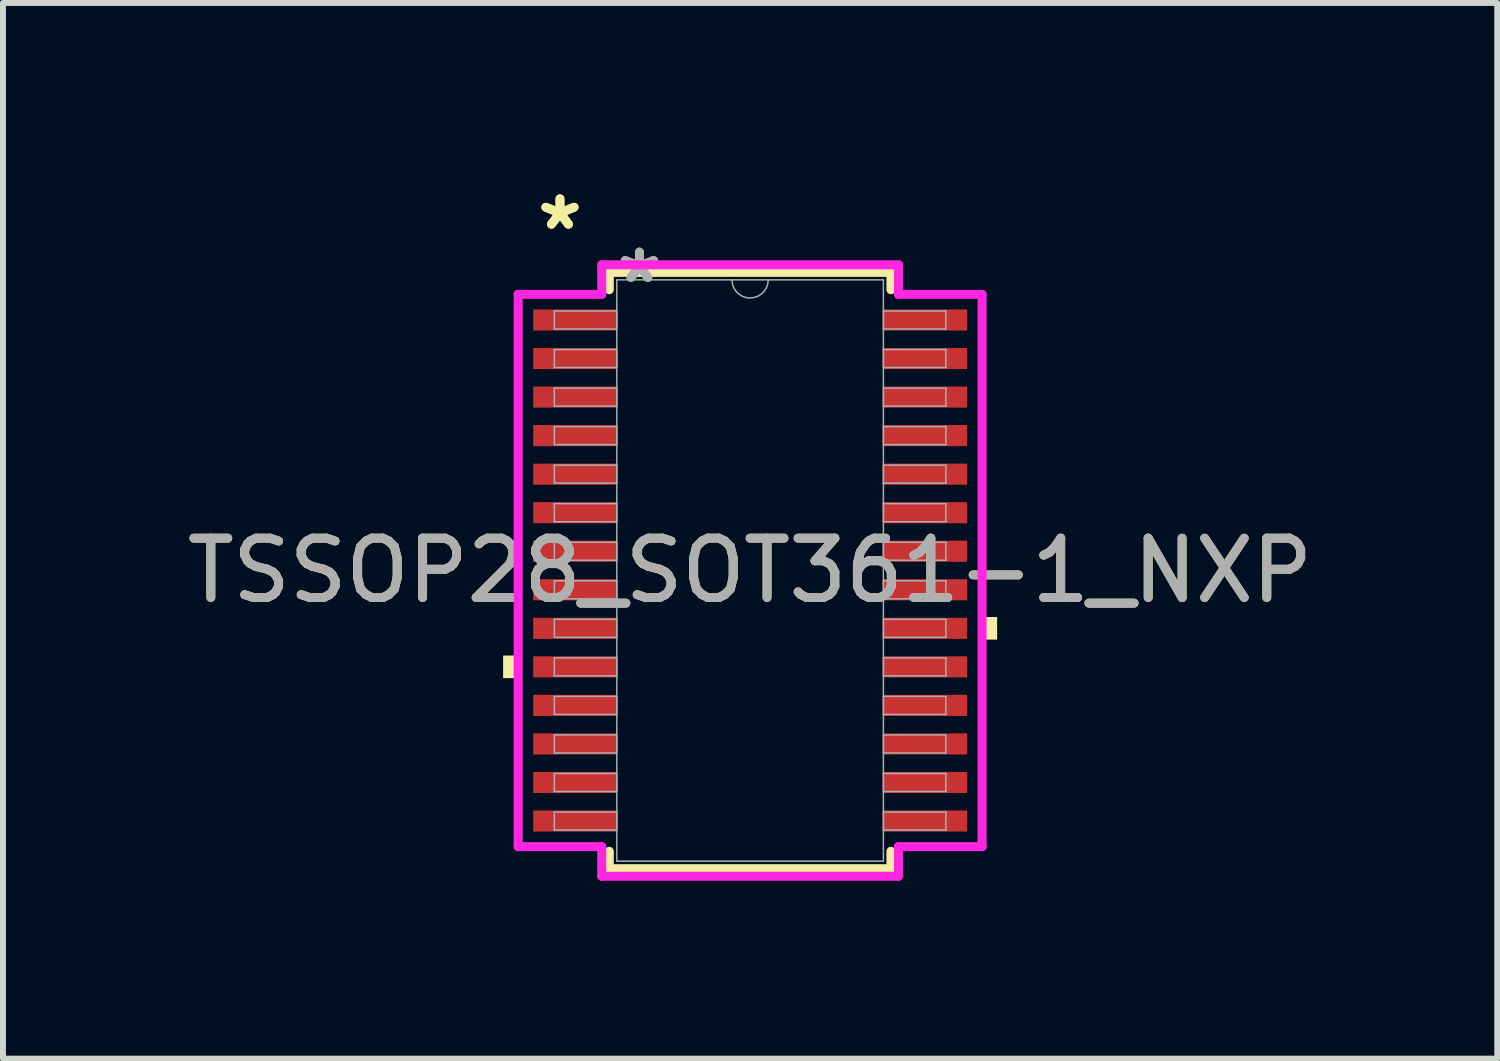
<source format=kicad_pcb>
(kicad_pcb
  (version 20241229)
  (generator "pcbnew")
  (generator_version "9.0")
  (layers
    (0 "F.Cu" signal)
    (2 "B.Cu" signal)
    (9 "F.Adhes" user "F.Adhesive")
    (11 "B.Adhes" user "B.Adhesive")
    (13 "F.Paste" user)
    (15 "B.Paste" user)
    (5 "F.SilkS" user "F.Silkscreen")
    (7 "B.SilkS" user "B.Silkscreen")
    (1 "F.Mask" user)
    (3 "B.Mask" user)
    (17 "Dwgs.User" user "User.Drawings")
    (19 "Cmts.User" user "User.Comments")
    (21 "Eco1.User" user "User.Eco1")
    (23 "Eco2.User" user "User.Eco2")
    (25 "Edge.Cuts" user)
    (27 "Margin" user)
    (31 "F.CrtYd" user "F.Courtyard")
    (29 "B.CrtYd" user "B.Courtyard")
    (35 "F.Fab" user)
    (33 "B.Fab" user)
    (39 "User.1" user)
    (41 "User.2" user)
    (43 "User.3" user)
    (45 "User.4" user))
  (footprint "TSSOP28_SOT361-1_NXP"
    (layer "F.Cu")
    (at 9.601 6.572)
    (property "Reference" "TSSOP28_SOT361-1_NXP" (at 0 0 0) (unlocked yes) (layer "F.SilkS") (effects (font (size 1 1) (thickness 0.15))))
    (attr smd)
    (fp_line (start -2.375 -5.029) (end -2.375 -4.736) (stroke (width 0.152) (type solid)) (layer "F.SilkS"))
    (fp_line (start -2.375 4.736) (end -2.375 5.029) (stroke (width 0.152) (type solid)) (layer "F.SilkS"))
    (fp_line (start -2.375 5.029) (end 2.375 5.029) (stroke (width 0.152) (type solid)) (layer "F.SilkS"))
    (fp_line (start 2.375 -5.029) (end -2.375 -5.029) (stroke (width 0.152) (type solid)) (layer "F.SilkS"))
    (fp_line (start 2.375 -4.736) (end 2.375 -5.029) (stroke (width 0.152) (type solid)) (layer "F.SilkS"))
    (fp_line (start 2.375 5.029) (end 2.375 4.736) (stroke (width 0.152) (type solid)) (layer "F.SilkS"))
    (fp_poly (pts (xy -4.166 1.434) (xy -4.166 1.815) (xy -3.912 1.815) (xy -3.912 1.434)) (stroke (width 0) (type solid)) (fill yes) (layer "F.SilkS"))
    (fp_poly (pts (xy 4.166 0.784) (xy 4.166 1.165) (xy 3.912 1.165) (xy 3.912 0.784)) (stroke (width 0) (type solid)) (fill yes) (layer "F.SilkS"))
    (fp_line (start -3.912 -4.657) (end -2.502 -4.657) (stroke (width 0.152) (type solid)) (layer "F.CrtYd"))
    (fp_line (start -3.912 4.657) (end -3.912 -4.657) (stroke (width 0.152) (type solid)) (layer "F.CrtYd"))
    (fp_line (start -3.912 4.657) (end -2.502 4.657) (stroke (width 0.152) (type solid)) (layer "F.CrtYd"))
    (fp_line (start -2.502 -5.156) (end 2.502 -5.156) (stroke (width 0.152) (type solid)) (layer "F.CrtYd"))
    (fp_line (start -2.502 -4.657) (end -2.502 -5.156) (stroke (width 0.152) (type solid)) (layer "F.CrtYd"))
    (fp_line (start -2.502 5.156) (end -2.502 4.657) (stroke (width 0.152) (type solid)) (layer "F.CrtYd"))
    (fp_line (start 2.502 -5.156) (end 2.502 -4.657) (stroke (width 0.152) (type solid)) (layer "F.CrtYd"))
    (fp_line (start 2.502 4.657) (end 2.502 5.156) (stroke (width 0.152) (type solid)) (layer "F.CrtYd"))
    (fp_line (start 2.502 5.156) (end -2.502 5.156) (stroke (width 0.152) (type solid)) (layer "F.CrtYd"))
    (fp_line (start 3.912 -4.657) (end 2.502 -4.657) (stroke (width 0.152) (type solid)) (layer "F.CrtYd"))
    (fp_line (start 3.912 -4.657) (end 3.912 4.657) (stroke (width 0.152) (type solid)) (layer "F.CrtYd"))
    (fp_line (start 3.912 4.657) (end 2.502 4.657) (stroke (width 0.152) (type solid)) (layer "F.CrtYd"))
    (fp_line (start -3.302 -4.377) (end -3.302 -4.073) (stroke (width 0.025) (type solid)) (layer "F.Fab"))
    (fp_line (start -3.302 -4.073) (end -2.248 -4.073) (stroke (width 0.025) (type solid)) (layer "F.Fab"))
    (fp_line (start -3.302 -3.727) (end -3.302 -3.423) (stroke (width 0.025) (type solid)) (layer "F.Fab"))
    (fp_line (start -3.302 -3.423) (end -2.248 -3.423) (stroke (width 0.025) (type solid)) (layer "F.Fab"))
    (fp_line (start -3.302 -3.077) (end -3.302 -2.773) (stroke (width 0.025) (type solid)) (layer "F.Fab"))
    (fp_line (start -3.302 -2.773) (end -2.248 -2.773) (stroke (width 0.025) (type solid)) (layer "F.Fab"))
    (fp_line (start -3.302 -2.427) (end -3.302 -2.123) (stroke (width 0.025) (type solid)) (layer "F.Fab"))
    (fp_line (start -3.302 -2.123) (end -2.248 -2.123) (stroke (width 0.025) (type solid)) (layer "F.Fab"))
    (fp_line (start -3.302 -1.777) (end -3.302 -1.473) (stroke (width 0.025) (type solid)) (layer "F.Fab"))
    (fp_line (start -3.302 -1.473) (end -2.248 -1.473) (stroke (width 0.025) (type solid)) (layer "F.Fab"))
    (fp_line (start -3.302 -1.127) (end -3.302 -0.823) (stroke (width 0.025) (type solid)) (layer "F.Fab"))
    (fp_line (start -3.302 -0.823) (end -2.248 -0.823) (stroke (width 0.025) (type solid)) (layer "F.Fab"))
    (fp_line (start -3.302 -0.477) (end -3.302 -0.173) (stroke (width 0.025) (type solid)) (layer "F.Fab"))
    (fp_line (start -3.302 -0.173) (end -2.248 -0.173) (stroke (width 0.025) (type solid)) (layer "F.Fab"))
    (fp_line (start -3.302 0.173) (end -3.302 0.477) (stroke (width 0.025) (type solid)) (layer "F.Fab"))
    (fp_line (start -3.302 0.477) (end -2.248 0.477) (stroke (width 0.025) (type solid)) (layer "F.Fab"))
    (fp_line (start -3.302 0.823) (end -3.302 1.127) (stroke (width 0.025) (type solid)) (layer "F.Fab"))
    (fp_line (start -3.302 1.127) (end -2.248 1.127) (stroke (width 0.025) (type solid)) (layer "F.Fab"))
    (fp_line (start -3.302 1.473) (end -3.302 1.777) (stroke (width 0.025) (type solid)) (layer "F.Fab"))
    (fp_line (start -3.302 1.777) (end -2.248 1.777) (stroke (width 0.025) (type solid)) (layer "F.Fab"))
    (fp_line (start -3.302 2.123) (end -3.302 2.427) (stroke (width 0.025) (type solid)) (layer "F.Fab"))
    (fp_line (start -3.302 2.427) (end -2.248 2.427) (stroke (width 0.025) (type solid)) (layer "F.Fab"))
    (fp_line (start -3.302 2.773) (end -3.302 3.077) (stroke (width 0.025) (type solid)) (layer "F.Fab"))
    (fp_line (start -3.302 3.077) (end -2.248 3.077) (stroke (width 0.025) (type solid)) (layer "F.Fab"))
    (fp_line (start -3.302 3.423) (end -3.302 3.727) (stroke (width 0.025) (type solid)) (layer "F.Fab"))
    (fp_line (start -3.302 3.727) (end -2.248 3.727) (stroke (width 0.025) (type solid)) (layer "F.Fab"))
    (fp_line (start -3.302 4.073) (end -3.302 4.377) (stroke (width 0.025) (type solid)) (layer "F.Fab"))
    (fp_line (start -3.302 4.377) (end -2.248 4.377) (stroke (width 0.025) (type solid)) (layer "F.Fab"))
    (fp_line (start -2.248 -4.902) (end -2.248 4.902) (stroke (width 0.025) (type solid)) (layer "F.Fab"))
    (fp_line (start -2.248 -4.377) (end -3.302 -4.377) (stroke (width 0.025) (type solid)) (layer "F.Fab"))
    (fp_line (start -2.248 -4.073) (end -2.248 -4.377) (stroke (width 0.025) (type solid)) (layer "F.Fab"))
    (fp_line (start -2.248 -3.727) (end -3.302 -3.727) (stroke (width 0.025) (type solid)) (layer "F.Fab"))
    (fp_line (start -2.248 -3.423) (end -2.248 -3.727) (stroke (width 0.025) (type solid)) (layer "F.Fab"))
    (fp_line (start -2.248 -3.077) (end -3.302 -3.077) (stroke (width 0.025) (type solid)) (layer "F.Fab"))
    (fp_line (start -2.248 -2.773) (end -2.248 -3.077) (stroke (width 0.025) (type solid)) (layer "F.Fab"))
    (fp_line (start -2.248 -2.427) (end -3.302 -2.427) (stroke (width 0.025) (type solid)) (layer "F.Fab"))
    (fp_line (start -2.248 -2.123) (end -2.248 -2.427) (stroke (width 0.025) (type solid)) (layer "F.Fab"))
    (fp_line (start -2.248 -1.777) (end -3.302 -1.777) (stroke (width 0.025) (type solid)) (layer "F.Fab"))
    (fp_line (start -2.248 -1.473) (end -2.248 -1.777) (stroke (width 0.025) (type solid)) (layer "F.Fab"))
    (fp_line (start -2.248 -1.127) (end -3.302 -1.127) (stroke (width 0.025) (type solid)) (layer "F.Fab"))
    (fp_line (start -2.248 -0.823) (end -2.248 -1.127) (stroke (width 0.025) (type solid)) (layer "F.Fab"))
    (fp_line (start -2.248 -0.477) (end -3.302 -0.477) (stroke (width 0.025) (type solid)) (layer "F.Fab"))
    (fp_line (start -2.248 -0.173) (end -2.248 -0.477) (stroke (width 0.025) (type solid)) (layer "F.Fab"))
    (fp_line (start -2.248 0.173) (end -3.302 0.173) (stroke (width 0.025) (type solid)) (layer "F.Fab"))
    (fp_line (start -2.248 0.477) (end -2.248 0.173) (stroke (width 0.025) (type solid)) (layer "F.Fab"))
    (fp_line (start -2.248 0.823) (end -3.302 0.823) (stroke (width 0.025) (type solid)) (layer "F.Fab"))
    (fp_line (start -2.248 1.127) (end -2.248 0.823) (stroke (width 0.025) (type solid)) (layer "F.Fab"))
    (fp_line (start -2.248 1.473) (end -3.302 1.473) (stroke (width 0.025) (type solid)) (layer "F.Fab"))
    (fp_line (start -2.248 1.777) (end -2.248 1.473) (stroke (width 0.025) (type solid)) (layer "F.Fab"))
    (fp_line (start -2.248 2.123) (end -3.302 2.123) (stroke (width 0.025) (type solid)) (layer "F.Fab"))
    (fp_line (start -2.248 2.427) (end -2.248 2.123) (stroke (width 0.025) (type solid)) (layer "F.Fab"))
    (fp_line (start -2.248 2.773) (end -3.302 2.773) (stroke (width 0.025) (type solid)) (layer "F.Fab"))
    (fp_line (start -2.248 3.077) (end -2.248 2.773) (stroke (width 0.025) (type solid)) (layer "F.Fab"))
    (fp_line (start -2.248 3.423) (end -3.302 3.423) (stroke (width 0.025) (type solid)) (layer "F.Fab"))
    (fp_line (start -2.248 3.727) (end -2.248 3.423) (stroke (width 0.025) (type solid)) (layer "F.Fab"))
    (fp_line (start -2.248 4.073) (end -3.302 4.073) (stroke (width 0.025) (type solid)) (layer "F.Fab"))
    (fp_line (start -2.248 4.377) (end -2.248 4.073) (stroke (width 0.025) (type solid)) (layer "F.Fab"))
    (fp_line (start -2.248 4.902) (end 2.248 4.902) (stroke (width 0.025) (type solid)) (layer "F.Fab"))
    (fp_line (start 2.248 -4.902) (end -2.248 -4.902) (stroke (width 0.025) (type solid)) (layer "F.Fab"))
    (fp_line (start 2.248 -4.377) (end 2.248 -4.073) (stroke (width 0.025) (type solid)) (layer "F.Fab"))
    (fp_line (start 2.248 -4.073) (end 3.302 -4.073) (stroke (width 0.025) (type solid)) (layer "F.Fab"))
    (fp_line (start 2.248 -3.727) (end 2.248 -3.423) (stroke (width 0.025) (type solid)) (layer "F.Fab"))
    (fp_line (start 2.248 -3.423) (end 3.302 -3.423) (stroke (width 0.025) (type solid)) (layer "F.Fab"))
    (fp_line (start 2.248 -3.077) (end 2.248 -2.773) (stroke (width 0.025) (type solid)) (layer "F.Fab"))
    (fp_line (start 2.248 -2.773) (end 3.302 -2.773) (stroke (width 0.025) (type solid)) (layer "F.Fab"))
    (fp_line (start 2.248 -2.427) (end 2.248 -2.123) (stroke (width 0.025) (type solid)) (layer "F.Fab"))
    (fp_line (start 2.248 -2.123) (end 3.302 -2.123) (stroke (width 0.025) (type solid)) (layer "F.Fab"))
    (fp_line (start 2.248 -1.777) (end 2.248 -1.473) (stroke (width 0.025) (type solid)) (layer "F.Fab"))
    (fp_line (start 2.248 -1.473) (end 3.302 -1.473) (stroke (width 0.025) (type solid)) (layer "F.Fab"))
    (fp_line (start 2.248 -1.127) (end 2.248 -0.823) (stroke (width 0.025) (type solid)) (layer "F.Fab"))
    (fp_line (start 2.248 -0.823) (end 3.302 -0.823) (stroke (width 0.025) (type solid)) (layer "F.Fab"))
    (fp_line (start 2.248 -0.477) (end 2.248 -0.173) (stroke (width 0.025) (type solid)) (layer "F.Fab"))
    (fp_line (start 2.248 -0.173) (end 3.302 -0.173) (stroke (width 0.025) (type solid)) (layer "F.Fab"))
    (fp_line (start 2.248 0.173) (end 2.248 0.477) (stroke (width 0.025) (type solid)) (layer "F.Fab"))
    (fp_line (start 2.248 0.477) (end 3.302 0.477) (stroke (width 0.025) (type solid)) (layer "F.Fab"))
    (fp_line (start 2.248 0.823) (end 2.248 1.127) (stroke (width 0.025) (type solid)) (layer "F.Fab"))
    (fp_line (start 2.248 1.127) (end 3.302 1.127) (stroke (width 0.025) (type solid)) (layer "F.Fab"))
    (fp_line (start 2.248 1.473) (end 2.248 1.777) (stroke (width 0.025) (type solid)) (layer "F.Fab"))
    (fp_line (start 2.248 1.777) (end 3.302 1.777) (stroke (width 0.025) (type solid)) (layer "F.Fab"))
    (fp_line (start 2.248 2.123) (end 2.248 2.427) (stroke (width 0.025) (type solid)) (layer "F.Fab"))
    (fp_line (start 2.248 2.427) (end 3.302 2.427) (stroke (width 0.025) (type solid)) (layer "F.Fab"))
    (fp_line (start 2.248 2.773) (end 2.248 3.077) (stroke (width 0.025) (type solid)) (layer "F.Fab"))
    (fp_line (start 2.248 3.077) (end 3.302 3.077) (stroke (width 0.025) (type solid)) (layer "F.Fab"))
    (fp_line (start 2.248 3.423) (end 2.248 3.727) (stroke (width 0.025) (type solid)) (layer "F.Fab"))
    (fp_line (start 2.248 3.727) (end 3.302 3.727) (stroke (width 0.025) (type solid)) (layer "F.Fab"))
    (fp_line (start 2.248 4.073) (end 2.248 4.377) (stroke (width 0.025) (type solid)) (layer "F.Fab"))
    (fp_line (start 2.248 4.377) (end 3.302 4.377) (stroke (width 0.025) (type solid)) (layer "F.Fab"))
    (fp_line (start 2.248 4.902) (end 2.248 -4.902) (stroke (width 0.025) (type solid)) (layer "F.Fab"))
    (fp_line (start 3.302 -4.377) (end 2.248 -4.377) (stroke (width 0.025) (type solid)) (layer "F.Fab"))
    (fp_line (start 3.302 -4.073) (end 3.302 -4.377) (stroke (width 0.025) (type solid)) (layer "F.Fab"))
    (fp_line (start 3.302 -3.727) (end 2.248 -3.727) (stroke (width 0.025) (type solid)) (layer "F.Fab"))
    (fp_line (start 3.302 -3.423) (end 3.302 -3.727) (stroke (width 0.025) (type solid)) (layer "F.Fab"))
    (fp_line (start 3.302 -3.077) (end 2.248 -3.077) (stroke (width 0.025) (type solid)) (layer "F.Fab"))
    (fp_line (start 3.302 -2.773) (end 3.302 -3.077) (stroke (width 0.025) (type solid)) (layer "F.Fab"))
    (fp_line (start 3.302 -2.427) (end 2.248 -2.427) (stroke (width 0.025) (type solid)) (layer "F.Fab"))
    (fp_line (start 3.302 -2.123) (end 3.302 -2.427) (stroke (width 0.025) (type solid)) (layer "F.Fab"))
    (fp_line (start 3.302 -1.777) (end 2.248 -1.777) (stroke (width 0.025) (type solid)) (layer "F.Fab"))
    (fp_line (start 3.302 -1.473) (end 3.302 -1.777) (stroke (width 0.025) (type solid)) (layer "F.Fab"))
    (fp_line (start 3.302 -1.127) (end 2.248 -1.127) (stroke (width 0.025) (type solid)) (layer "F.Fab"))
    (fp_line (start 3.302 -0.823) (end 3.302 -1.127) (stroke (width 0.025) (type solid)) (layer "F.Fab"))
    (fp_line (start 3.302 -0.477) (end 2.248 -0.477) (stroke (width 0.025) (type solid)) (layer "F.Fab"))
    (fp_line (start 3.302 -0.173) (end 3.302 -0.477) (stroke (width 0.025) (type solid)) (layer "F.Fab"))
    (fp_line (start 3.302 0.173) (end 2.248 0.173) (stroke (width 0.025) (type solid)) (layer "F.Fab"))
    (fp_line (start 3.302 0.477) (end 3.302 0.173) (stroke (width 0.025) (type solid)) (layer "F.Fab"))
    (fp_line (start 3.302 0.823) (end 2.248 0.823) (stroke (width 0.025) (type solid)) (layer "F.Fab"))
    (fp_line (start 3.302 1.127) (end 3.302 0.823) (stroke (width 0.025) (type solid)) (layer "F.Fab"))
    (fp_line (start 3.302 1.473) (end 2.248 1.473) (stroke (width 0.025) (type solid)) (layer "F.Fab"))
    (fp_line (start 3.302 1.777) (end 3.302 1.473) (stroke (width 0.025) (type solid)) (layer "F.Fab"))
    (fp_line (start 3.302 2.123) (end 2.248 2.123) (stroke (width 0.025) (type solid)) (layer "F.Fab"))
    (fp_line (start 3.302 2.427) (end 3.302 2.123) (stroke (width 0.025) (type solid)) (layer "F.Fab"))
    (fp_line (start 3.302 2.773) (end 2.248 2.773) (stroke (width 0.025) (type solid)) (layer "F.Fab"))
    (fp_line (start 3.302 3.077) (end 3.302 2.773) (stroke (width 0.025) (type solid)) (layer "F.Fab"))
    (fp_line (start 3.302 3.423) (end 2.248 3.423) (stroke (width 0.025) (type solid)) (layer "F.Fab"))
    (fp_line (start 3.302 3.727) (end 3.302 3.423) (stroke (width 0.025) (type solid)) (layer "F.Fab"))
    (fp_line (start 3.302 4.073) (end 2.248 4.073) (stroke (width 0.025) (type solid)) (layer "F.Fab"))
    (fp_line (start 3.302 4.377) (end 3.302 4.073) (stroke (width 0.025) (type solid)) (layer "F.Fab"))
    (fp_arc (start 0.3048 -4.9022) (mid 0 -4.5974) (end -0.3048 -4.9022) (stroke (width 0.0254) (type solid)) (layer "F.Fab"))
    (fp_text user "*" (at -3.207 -5.724 0) (unlocked yes) (layer "F.SilkS") (effects (font (size 1 1) (thickness 0.15))))
    (fp_text user "*" (at -3.207 -5.724 0) (layer "F.SilkS") (effects (font (size 1 1) (thickness 0.15))))
    (fp_text user "*" (at -1.867 -4.826 0) (layer "F.Fab") (effects (font (size 1 1) (thickness 0.15))))
    (fp_text user "*" (at -1.867 -4.826 0) (unlocked yes) (layer "F.Fab") (effects (font (size 1 1) (thickness 0.15))))
    (fp_text user "${REFERENCE}" (at 0 0 0) (unlocked yes) (layer "F.Fab") (effects (font (size 1 1) (thickness 0.15))))
    (pad "1" smd rect (at -2.953 -4.225) (size 1.41 0.356) (layers "F.Cu" "F.Mask" "F.Paste"))
    (pad "2" smd rect (at -2.953 -3.575) (size 1.41 0.356) (layers "F.Cu" "F.Mask" "F.Paste"))
    (pad "3" smd rect (at -2.953 -2.925) (size 1.41 0.356) (layers "F.Cu" "F.Mask" "F.Paste"))
    (pad "4" smd rect (at -2.953 -2.275) (size 1.41 0.356) (layers "F.Cu" "F.Mask" "F.Paste"))
    (pad "5" smd rect (at -2.953 -1.625) (size 1.41 0.356) (layers "F.Cu" "F.Mask" "F.Paste"))
    (pad "6" smd rect (at -2.953 -0.975) (size 1.41 0.356) (layers "F.Cu" "F.Mask" "F.Paste"))
    (pad "7" smd rect (at -2.953 -0.325) (size 1.41 0.356) (layers "F.Cu" "F.Mask" "F.Paste"))
    (pad "8" smd rect (at -2.953 0.325) (size 1.41 0.356) (layers "F.Cu" "F.Mask" "F.Paste"))
    (pad "9" smd rect (at -2.953 0.975) (size 1.41 0.356) (layers "F.Cu" "F.Mask" "F.Paste"))
    (pad "10" smd rect (at -2.953 1.625) (size 1.41 0.356) (layers "F.Cu" "F.Mask" "F.Paste"))
    (pad "11" smd rect (at -2.953 2.275) (size 1.41 0.356) (layers "F.Cu" "F.Mask" "F.Paste"))
    (pad "12" smd rect (at -2.953 2.925) (size 1.41 0.356) (layers "F.Cu" "F.Mask" "F.Paste"))
    (pad "13" smd rect (at -2.953 3.575) (size 1.41 0.356) (layers "F.Cu" "F.Mask" "F.Paste"))
    (pad "14" smd rect (at -2.953 4.225) (size 1.41 0.356) (layers "F.Cu" "F.Mask" "F.Paste"))
    (pad "15" smd rect (at 2.953 4.225) (size 1.41 0.356) (layers "F.Cu" "F.Mask" "F.Paste"))
    (pad "16" smd rect (at 2.953 3.575) (size 1.41 0.356) (layers "F.Cu" "F.Mask" "F.Paste"))
    (pad "17" smd rect (at 2.953 2.925) (size 1.41 0.356) (layers "F.Cu" "F.Mask" "F.Paste"))
    (pad "18" smd rect (at 2.953 2.275) (size 1.41 0.356) (layers "F.Cu" "F.Mask" "F.Paste"))
    (pad "19" smd rect (at 2.953 1.625) (size 1.41 0.356) (layers "F.Cu" "F.Mask" "F.Paste"))
    (pad "20" smd rect (at 2.953 0.975) (size 1.41 0.356) (layers "F.Cu" "F.Mask" "F.Paste"))
    (pad "21" smd rect (at 2.953 0.325) (size 1.41 0.356) (layers "F.Cu" "F.Mask" "F.Paste"))
    (pad "22" smd rect (at 2.953 -0.325) (size 1.41 0.356) (layers "F.Cu" "F.Mask" "F.Paste"))
    (pad "23" smd rect (at 2.953 -0.975) (size 1.41 0.356) (layers "F.Cu" "F.Mask" "F.Paste"))
    (pad "24" smd rect (at 2.953 -1.625) (size 1.41 0.356) (layers "F.Cu" "F.Mask" "F.Paste"))
    (pad "25" smd rect (at 2.953 -2.275) (size 1.41 0.356) (layers "F.Cu" "F.Mask" "F.Paste"))
    (pad "26" smd rect (at 2.953 -2.925) (size 1.41 0.356) (layers "F.Cu" "F.Mask" "F.Paste"))
    (pad "27" smd rect (at 2.953 -3.575) (size 1.41 0.356) (layers "F.Cu" "F.Mask" "F.Paste"))
    (pad "28" smd rect (at 2.953 -4.225) (size 1.41 0.356) (layers "F.Cu" "F.Mask" "F.Paste")))
  (gr_rect
    (start -3 -3)
    (end 22.202 14.804)
    (stroke (width 0.1) (type default))
    (fill no)
    (layer "Edge.Cuts")))
</source>
